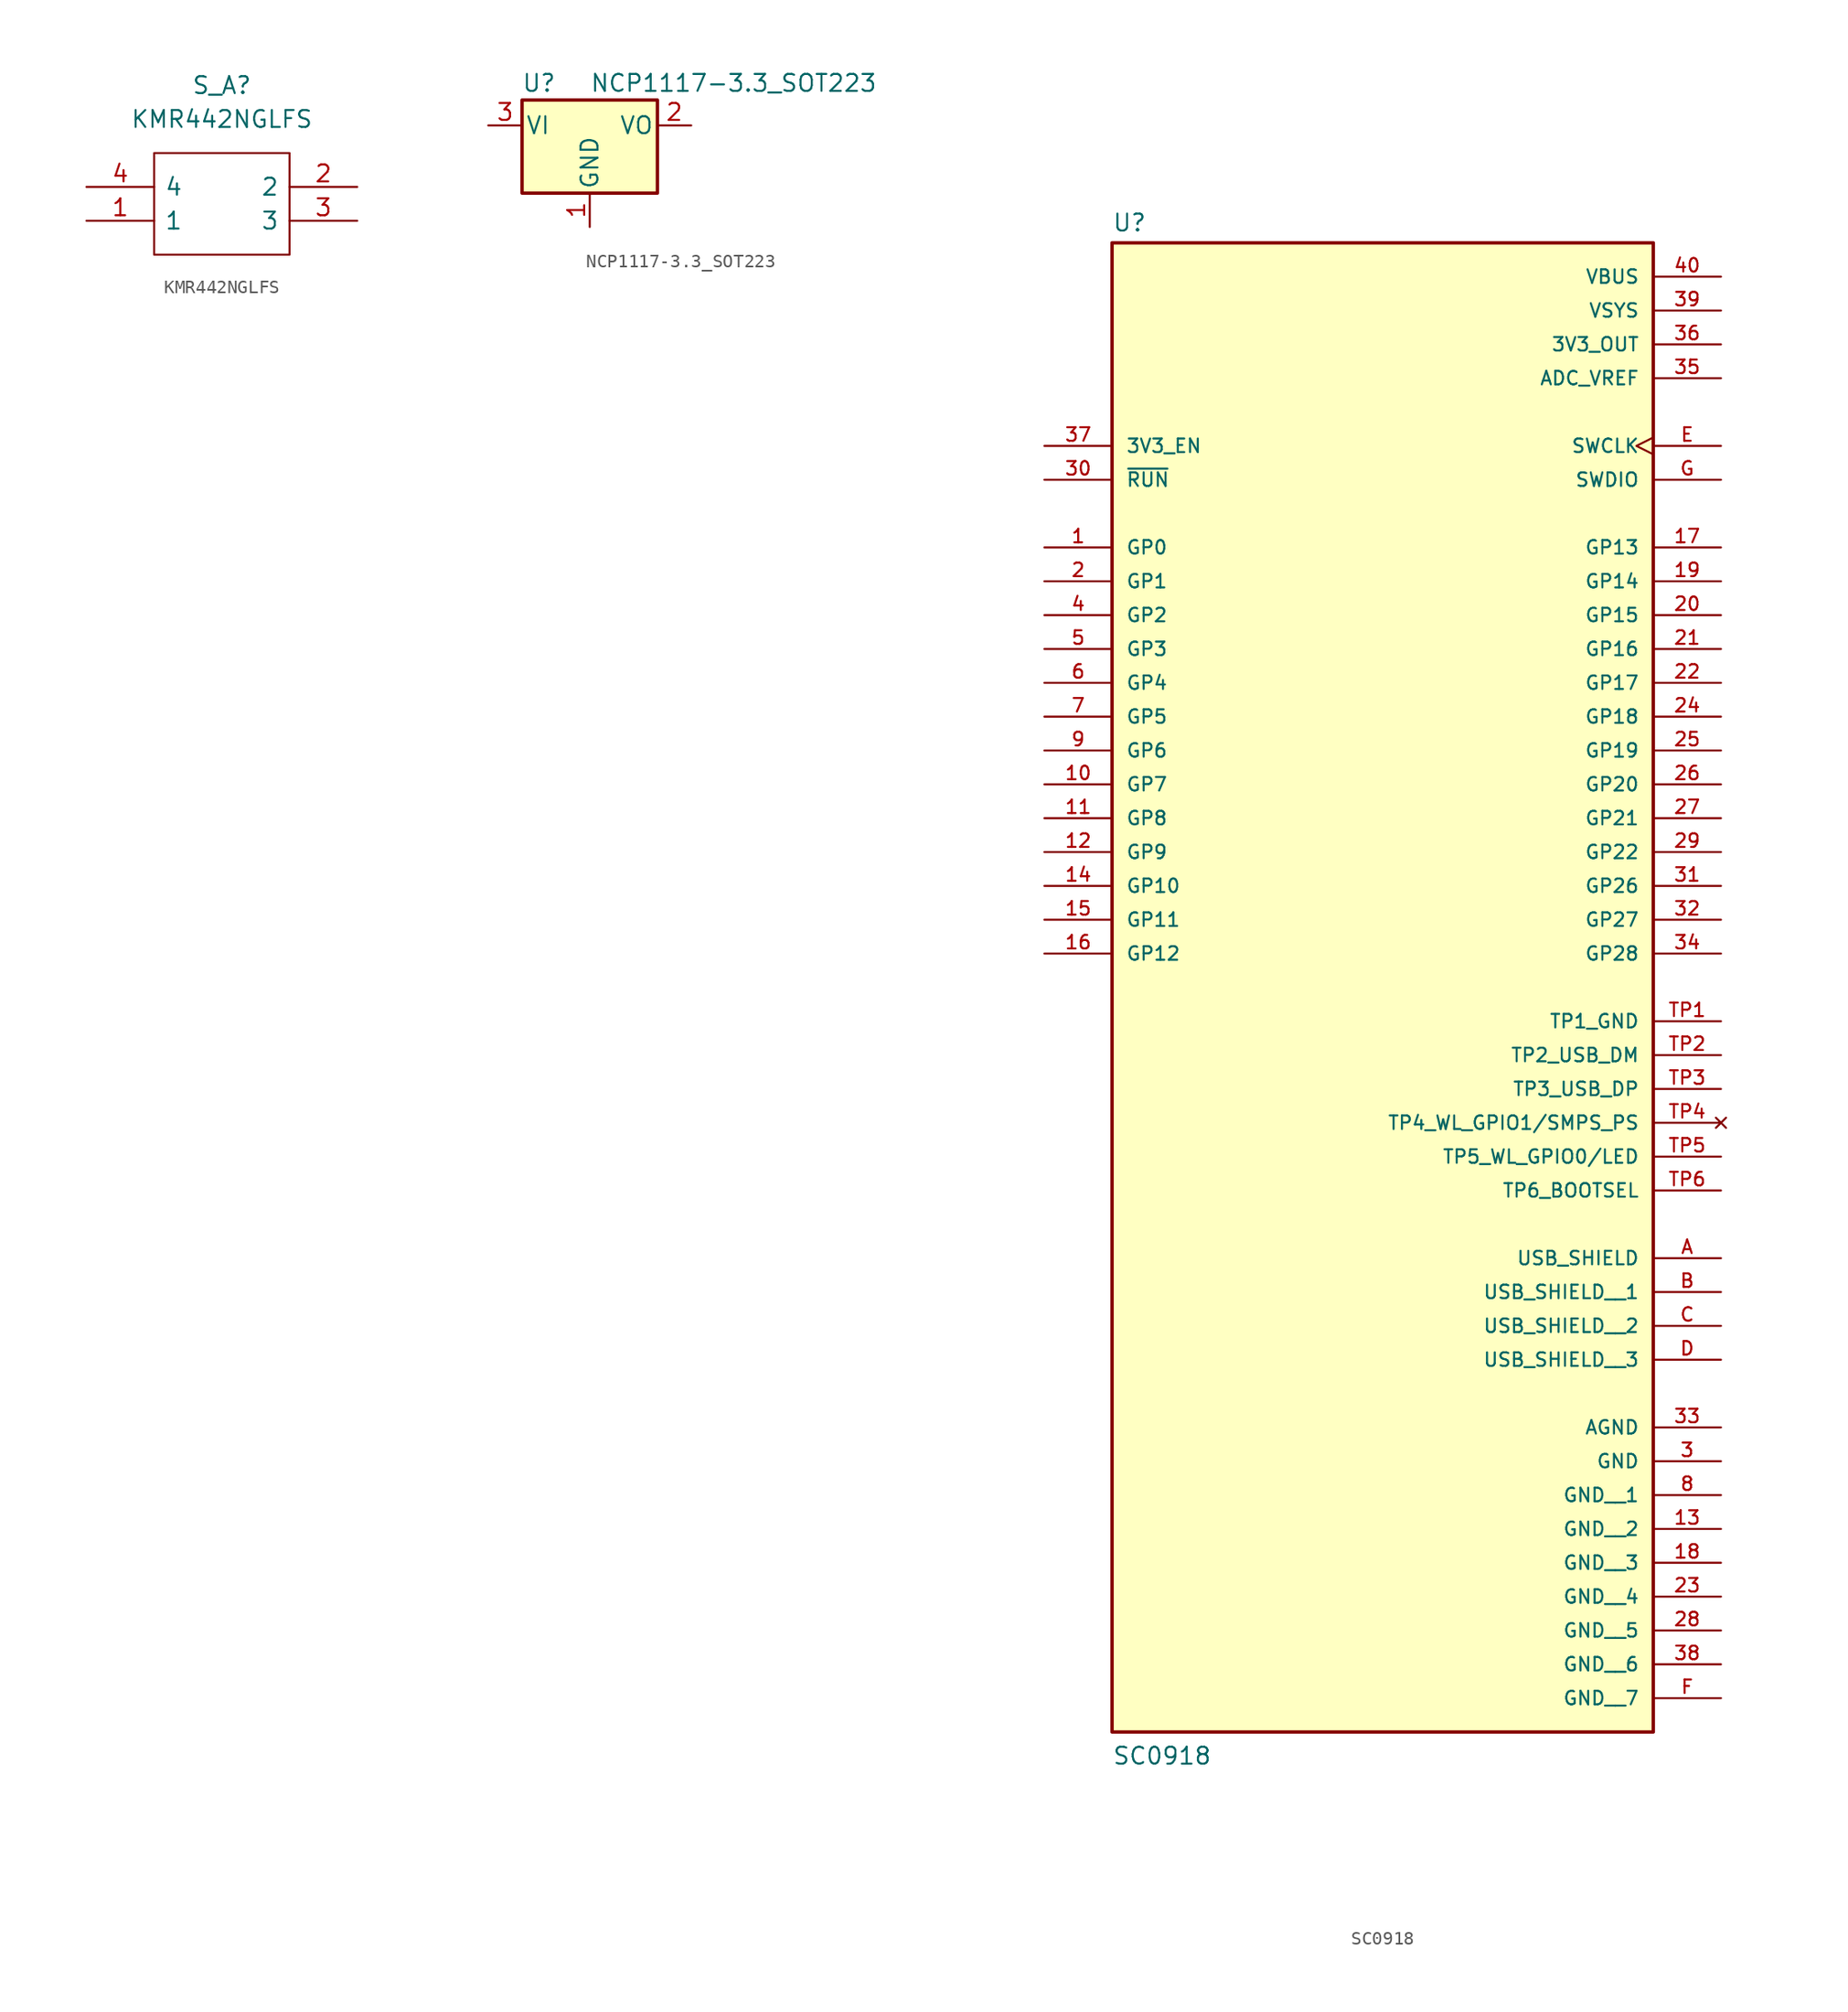
<source format=kicad_sym>
(kicad_symbol_lib
  (version 20220914)
  (generator kicad_symbol_editor)
  (symbol "KMR442NGLFS"
    (pin_names
      (offset 0.762))
    (property "Reference" "S_A"
      (at 10.16 7.62 0)
      (effects (font (size 1.27 1.27))))
    (property "Value" "KMR442NGLFS"
      (at 10.16 5.08 0)
      (effects (font (size 1.27 1.27))))
    (symbol "KMR442NGLFS_0_0"
      (pin passive line (at 0 -2.54 0) (length 5.08) (name "1" (effects (font (size 1.27 1.27)))) (number "1" (effects (font (size 1.27 1.27)))))
      (pin passive line (at 20.32 0 180) (length 5.08) (name "2" (effects (font (size 1.27 1.27)))) (number "2" (effects (font (size 1.27 1.27)))))
      (pin passive line (at 20.32 -2.54 180) (length 5.08) (name "3" (effects (font (size 1.27 1.27)))) (number "3" (effects (font (size 1.27 1.27)))))
      (pin passive line (at 0 0 0) (length 5.08) (name "4" (effects (font (size 1.27 1.27)))) (number "4" (effects (font (size 1.27 1.27))))))
    (symbol "KMR442NGLFS_0_1"
      (polyline (pts (xy 5.08 2.54) (xy 15.24 2.54) (xy 15.24 -5.08) (xy 5.08 -5.08) (xy 5.08 2.54)) (stroke (width 0.152) (type default)) (fill (type none)))))
  (symbol "NCP1117-3.3_SOT223"
    (pin_names
      (offset 0.254))
    (property "Reference" "U"
      (at -3.81 3.175 0)
      (effects (font (size 1.27 1.27))))
    (property "Value" "NCP1117-3.3_SOT223"
      (at 0 3.175 0)
      (effects (font (size 1.27 1.27)) (justify left)))
    (symbol "NCP1117-3.3_SOT223_0_1"
      (rectangle (start -5.08 -5.08) (end 5.08 1.905) (stroke (width 0.254) (type default)) (fill (type background))))
    (symbol "NCP1117-3.3_SOT223_1_1"
      (pin power_in line (at 0 -7.62 90) (length 2.54) (name "GND" (effects (font (size 1.27 1.27)))) (number "1" (effects (font (size 1.27 1.27)))))
      (pin power_out line (at 7.62 0 180) (length 2.54) (name "VO" (effects (font (size 1.27 1.27)))) (number "2" (effects (font (size 1.27 1.27)))))
      (pin power_in line (at -7.62 0 0) (length 2.54) (name "VI" (effects (font (size 1.27 1.27)))) (number "3" (effects (font (size 1.27 1.27)))))))
  (symbol "SC0918"
    (pin_names
      (offset 1.016))
    (property "Reference" "U"
      (at -20.32 43.942 0)
      (effects (font (size 1.27 1.27)) (justify left bottom)))
    (property "Value" "SC0918"
      (at -20.32 -71.12 0)
      (effects (font (size 1.27 1.27)) (justify left bottom)))
    (symbol "SC0918_0_0"
      (rectangle (start -20.32 -68.58) (end 20.32 43.18) (stroke (width 0.254) (type default)) (fill (type background)))
      (pin bidirectional line (at -25.4 20.32 0) (length 5.08) (name "GP0" (effects (font (size 1.016 1.016)))) (number "1" (effects (font (size 1.016 1.016)))))
      (pin bidirectional line (at -25.4 2.54 0) (length 5.08) (name "GP7" (effects (font (size 1.016 1.016)))) (number "10" (effects (font (size 1.016 1.016)))))
      (pin bidirectional line (at -25.4 0 0) (length 5.08) (name "GP8" (effects (font (size 1.016 1.016)))) (number "11" (effects (font (size 1.016 1.016)))))
      (pin bidirectional line (at -25.4 -2.54 0) (length 5.08) (name "GP9" (effects (font (size 1.016 1.016)))) (number "12" (effects (font (size 1.016 1.016)))))
      (pin power_in line (at 25.4 -53.34 180) (length 5.08) (name "GND__2" (effects (font (size 1.016 1.016)))) (number "13" (effects (font (size 1.016 1.016)))))
      (pin bidirectional line (at -25.4 -5.08 0) (length 5.08) (name "GP10" (effects (font (size 1.016 1.016)))) (number "14" (effects (font (size 1.016 1.016)))))
      (pin bidirectional line (at -25.4 -7.62 0) (length 5.08) (name "GP11" (effects (font (size 1.016 1.016)))) (number "15" (effects (font (size 1.016 1.016)))))
      (pin bidirectional line (at -25.4 -10.16 0) (length 5.08) (name "GP12" (effects (font (size 1.016 1.016)))) (number "16" (effects (font (size 1.016 1.016)))))
      (pin bidirectional line (at 25.4 20.32 180) (length 5.08) (name "GP13" (effects (font (size 1.016 1.016)))) (number "17" (effects (font (size 1.016 1.016)))))
      (pin power_in line (at 25.4 -55.88 180) (length 5.08) (name "GND__3" (effects (font (size 1.016 1.016)))) (number "18" (effects (font (size 1.016 1.016)))))
      (pin bidirectional line (at 25.4 17.78 180) (length 5.08) (name "GP14" (effects (font (size 1.016 1.016)))) (number "19" (effects (font (size 1.016 1.016)))))
      (pin bidirectional line (at -25.4 17.78 0) (length 5.08) (name "GP1" (effects (font (size 1.016 1.016)))) (number "2" (effects (font (size 1.016 1.016)))))
      (pin bidirectional line (at 25.4 15.24 180) (length 5.08) (name "GP15" (effects (font (size 1.016 1.016)))) (number "20" (effects (font (size 1.016 1.016)))))
      (pin bidirectional line (at 25.4 12.7 180) (length 5.08) (name "GP16" (effects (font (size 1.016 1.016)))) (number "21" (effects (font (size 1.016 1.016)))))
      (pin bidirectional line (at 25.4 10.16 180) (length 5.08) (name "GP17" (effects (font (size 1.016 1.016)))) (number "22" (effects (font (size 1.016 1.016)))))
      (pin power_in line (at 25.4 -58.42 180) (length 5.08) (name "GND__4" (effects (font (size 1.016 1.016)))) (number "23" (effects (font (size 1.016 1.016)))))
      (pin bidirectional line (at 25.4 7.62 180) (length 5.08) (name "GP18" (effects (font (size 1.016 1.016)))) (number "24" (effects (font (size 1.016 1.016)))))
      (pin bidirectional line (at 25.4 5.08 180) (length 5.08) (name "GP19" (effects (font (size 1.016 1.016)))) (number "25" (effects (font (size 1.016 1.016)))))
      (pin bidirectional line (at 25.4 2.54 180) (length 5.08) (name "GP20" (effects (font (size 1.016 1.016)))) (number "26" (effects (font (size 1.016 1.016)))))
      (pin bidirectional line (at 25.4 0 180) (length 5.08) (name "GP21" (effects (font (size 1.016 1.016)))) (number "27" (effects (font (size 1.016 1.016)))))
      (pin power_in line (at 25.4 -60.96 180) (length 5.08) (name "GND__5" (effects (font (size 1.016 1.016)))) (number "28" (effects (font (size 1.016 1.016)))))
      (pin bidirectional line (at 25.4 -2.54 180) (length 5.08) (name "GP22" (effects (font (size 1.016 1.016)))) (number "29" (effects (font (size 1.016 1.016)))))
      (pin power_in line (at 25.4 -48.26 180) (length 5.08) (name "GND" (effects (font (size 1.016 1.016)))) (number "3" (effects (font (size 1.016 1.016)))))
      (pin input line (at -25.4 25.4 0) (length 5.08) (name "~{RUN}" (effects (font (size 1.016 1.016)))) (number "30" (effects (font (size 1.016 1.016)))))
      (pin bidirectional line (at 25.4 -5.08 180) (length 5.08) (name "GP26" (effects (font (size 1.016 1.016)))) (number "31" (effects (font (size 1.016 1.016)))))
      (pin bidirectional line (at 25.4 -7.62 180) (length 5.08) (name "GP27" (effects (font (size 1.016 1.016)))) (number "32" (effects (font (size 1.016 1.016)))))
      (pin power_in line (at 25.4 -45.72 180) (length 5.08) (name "AGND" (effects (font (size 1.016 1.016)))) (number "33" (effects (font (size 1.016 1.016)))))
      (pin bidirectional line (at 25.4 -10.16 180) (length 5.08) (name "GP28" (effects (font (size 1.016 1.016)))) (number "34" (effects (font (size 1.016 1.016)))))
      (pin power_in line (at 25.4 33.02 180) (length 5.08) (name "ADC_VREF" (effects (font (size 1.016 1.016)))) (number "35" (effects (font (size 1.016 1.016)))))
      (pin power_out line (at 25.4 35.56 180) (length 5.08) (name "3V3_OUT" (effects (font (size 1.016 1.016)))) (number "36" (effects (font (size 1.016 1.016)))))
      (pin input line (at -25.4 27.94 0) (length 5.08) (name "3V3_EN" (effects (font (size 1.016 1.016)))) (number "37" (effects (font (size 1.016 1.016)))))
      (pin power_in line (at 25.4 -63.5 180) (length 5.08) (name "GND__6" (effects (font (size 1.016 1.016)))) (number "38" (effects (font (size 1.016 1.016)))))
      (pin power_in line (at 25.4 38.1 180) (length 5.08) (name "VSYS" (effects (font (size 1.016 1.016)))) (number "39" (effects (font (size 1.016 1.016)))))
      (pin bidirectional line (at -25.4 15.24 0) (length 5.08) (name "GP2" (effects (font (size 1.016 1.016)))) (number "4" (effects (font (size 1.016 1.016)))))
      (pin power_out line (at 25.4 40.64 180) (length 5.08) (name "VBUS" (effects (font (size 1.016 1.016)))) (number "40" (effects (font (size 1.016 1.016)))))
      (pin bidirectional line (at -25.4 12.7 0) (length 5.08) (name "GP3" (effects (font (size 1.016 1.016)))) (number "5" (effects (font (size 1.016 1.016)))))
      (pin bidirectional line (at -25.4 10.16 0) (length 5.08) (name "GP4" (effects (font (size 1.016 1.016)))) (number "6" (effects (font (size 1.016 1.016)))))
      (pin bidirectional line (at -25.4 7.62 0) (length 5.08) (name "GP5" (effects (font (size 1.016 1.016)))) (number "7" (effects (font (size 1.016 1.016)))))
      (pin power_in line (at 25.4 -50.8 180) (length 5.08) (name "GND__1" (effects (font (size 1.016 1.016)))) (number "8" (effects (font (size 1.016 1.016)))))
      (pin bidirectional line (at -25.4 5.08 0) (length 5.08) (name "GP6" (effects (font (size 1.016 1.016)))) (number "9" (effects (font (size 1.016 1.016)))))
      (pin power_in line (at 25.4 -33.02 180) (length 5.08) (name "USB_SHIELD" (effects (font (size 1.016 1.016)))) (number "A" (effects (font (size 1.016 1.016)))))
      (pin power_in line (at 25.4 -35.56 180) (length 5.08) (name "USB_SHIELD__1" (effects (font (size 1.016 1.016)))) (number "B" (effects (font (size 1.016 1.016)))))
      (pin power_in line (at 25.4 -38.1 180) (length 5.08) (name "USB_SHIELD__2" (effects (font (size 1.016 1.016)))) (number "C" (effects (font (size 1.016 1.016)))))
      (pin power_in line (at 25.4 -40.64 180) (length 5.08) (name "USB_SHIELD__3" (effects (font (size 1.016 1.016)))) (number "D" (effects (font (size 1.016 1.016)))))
      (pin input clock (at 25.4 27.94 180) (length 5.08) (name "SWCLK" (effects (font (size 1.016 1.016)))) (number "E" (effects (font (size 1.016 1.016)))))
      (pin power_in line (at 25.4 -66.04 180) (length 5.08) (name "GND__7" (effects (font (size 1.016 1.016)))) (number "F" (effects (font (size 1.016 1.016)))))
      (pin bidirectional line (at 25.4 25.4 180) (length 5.08) (name "SWDIO" (effects (font (size 1.016 1.016)))) (number "G" (effects (font (size 1.016 1.016)))))
      (pin power_in line (at 25.4 -15.24 180) (length 5.08) (name "TP1_GND" (effects (font (size 1.016 1.016)))) (number "TP1" (effects (font (size 1.016 1.016)))))
      (pin bidirectional line (at 25.4 -17.78 180) (length 5.08) (name "TP2_USB_DM" (effects (font (size 1.016 1.016)))) (number "TP2" (effects (font (size 1.016 1.016)))))
      (pin bidirectional line (at 25.4 -20.32 180) (length 5.08) (name "TP3_USB_DP" (effects (font (size 1.016 1.016)))) (number "TP3" (effects (font (size 1.016 1.016)))))
      (pin no_connect line (at 25.4 -22.86 180) (length 5.08) (name "TP4_WL_GPIO1/SMPS_PS" (effects (font (size 1.016 1.016)))) (number "TP4" (effects (font (size 1.016 1.016)))))
      (pin output line (at 25.4 -25.4 180) (length 5.08) (name "TP5_WL_GPIO0/LED" (effects (font (size 1.016 1.016)))) (number "TP5" (effects (font (size 1.016 1.016)))))
      (pin input line (at 25.4 -27.94 180) (length 5.08) (name "TP6_BOOTSEL" (effects (font (size 1.016 1.016)))) (number "TP6" (effects (font (size 1.016 1.016))))))))
</source>
